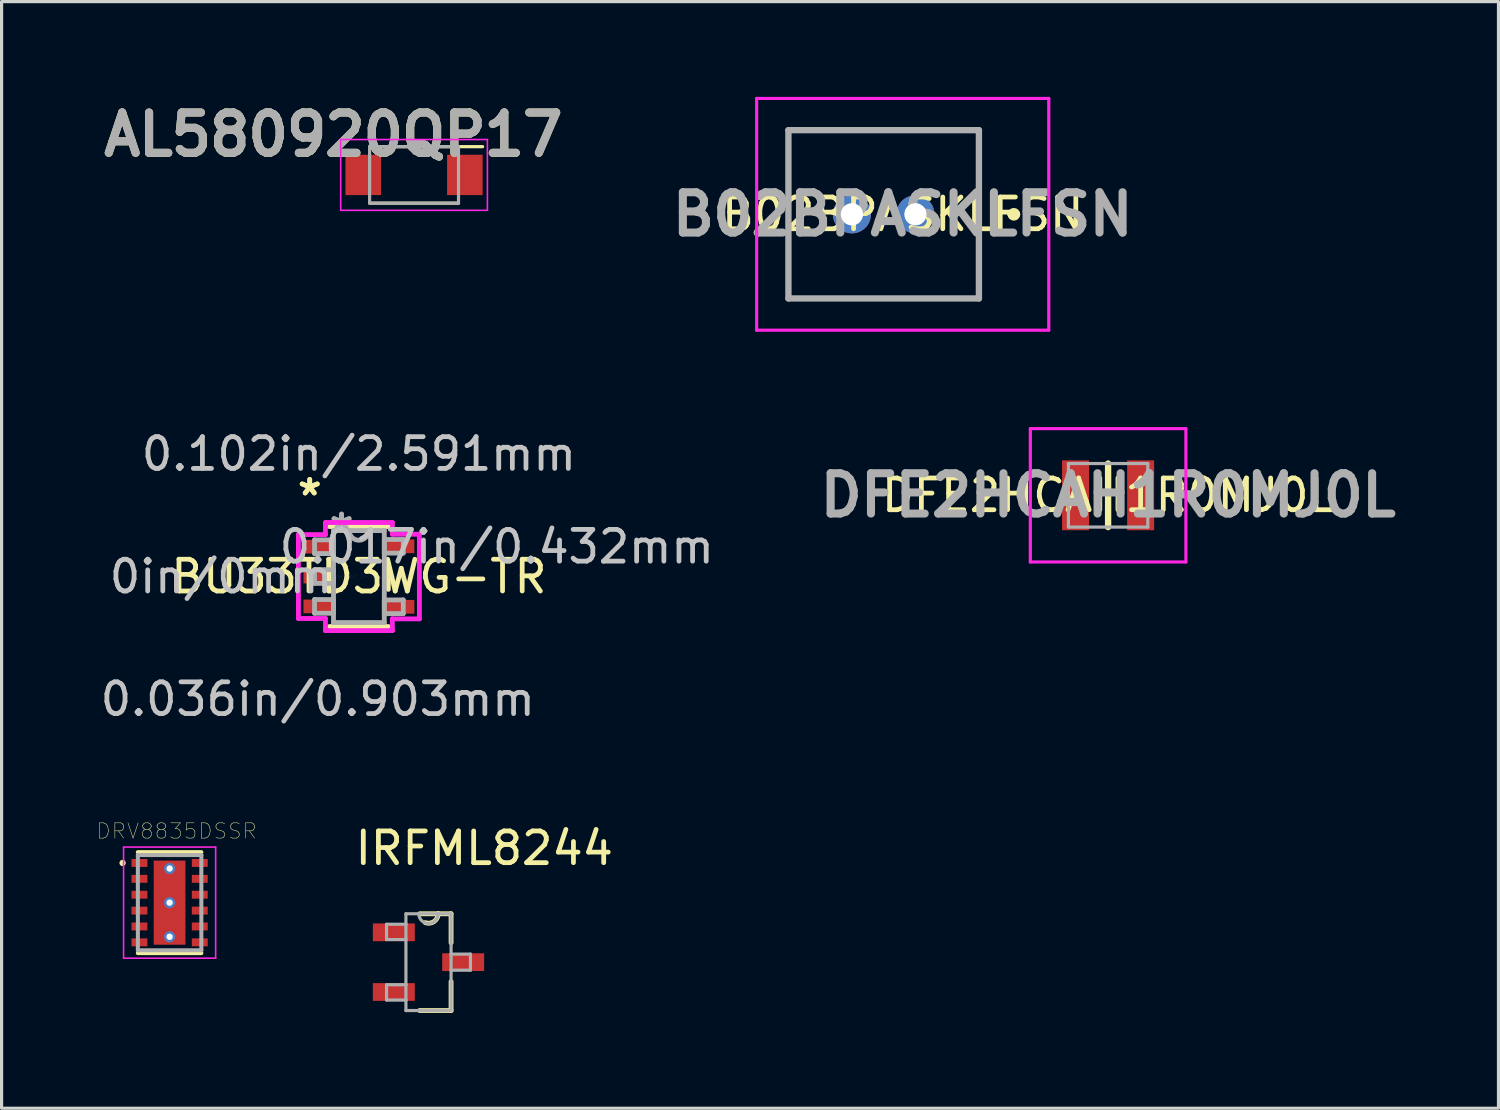
<source format=kicad_pcb>
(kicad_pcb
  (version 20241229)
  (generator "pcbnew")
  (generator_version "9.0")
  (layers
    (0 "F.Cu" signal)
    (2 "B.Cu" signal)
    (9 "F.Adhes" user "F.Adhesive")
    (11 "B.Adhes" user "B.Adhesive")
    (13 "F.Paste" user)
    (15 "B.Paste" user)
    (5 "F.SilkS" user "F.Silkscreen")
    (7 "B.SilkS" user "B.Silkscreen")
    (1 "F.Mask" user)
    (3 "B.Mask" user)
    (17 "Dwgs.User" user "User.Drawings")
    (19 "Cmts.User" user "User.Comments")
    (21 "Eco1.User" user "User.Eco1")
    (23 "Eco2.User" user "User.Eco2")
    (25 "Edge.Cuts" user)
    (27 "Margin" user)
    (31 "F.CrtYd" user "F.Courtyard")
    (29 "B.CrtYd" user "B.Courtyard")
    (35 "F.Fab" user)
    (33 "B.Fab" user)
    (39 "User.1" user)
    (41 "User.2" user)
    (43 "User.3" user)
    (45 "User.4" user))
  (footprint "BU33TD3WG-TR"
    (layer "F.Cu")
    (at 8.254 15.109)
    (property "Reference" "BU33TD3WG-TR" (at 0 0 0) (layer "F.SilkS") (effects (font (size 1 1) (thickness 0.15))))
    (attr through_hole)
    (fp_line (start -0.927 1.575) (end 0.927 1.575) (stroke (width 0.152) (type solid)) (layer "F.SilkS"))
    (fp_line (start 0.927 -1.575) (end -0.927 -1.575) (stroke (width 0.152) (type solid)) (layer "F.SilkS"))
    (fp_line (start 0.927 0.404) (end 0.927 -0.404) (stroke (width 0.152) (type solid)) (layer "F.SilkS"))
    (fp_line (start -1.905 -1.321) (end -1.054 -1.321) (stroke (width 0.152) (type solid)) (layer "F.CrtYd"))
    (fp_line (start -1.905 1.321) (end -1.905 -1.321) (stroke (width 0.152) (type solid)) (layer "F.CrtYd"))
    (fp_line (start -1.054 -1.702) (end 1.054 -1.702) (stroke (width 0.152) (type solid)) (layer "F.CrtYd"))
    (fp_line (start -1.054 -1.321) (end -1.054 -1.702) (stroke (width 0.152) (type solid)) (layer "F.CrtYd"))
    (fp_line (start -1.054 1.321) (end -1.905 1.321) (stroke (width 0.152) (type solid)) (layer "F.CrtYd"))
    (fp_line (start -1.054 1.702) (end -1.054 1.321) (stroke (width 0.152) (type solid)) (layer "F.CrtYd"))
    (fp_line (start 1.054 -1.702) (end 1.054 -1.333) (stroke (width 0.152) (type solid)) (layer "F.CrtYd"))
    (fp_line (start 1.054 -1.333) (end 1.905 -1.333) (stroke (width 0.152) (type solid)) (layer "F.CrtYd"))
    (fp_line (start 1.054 1.333) (end 1.054 1.702) (stroke (width 0.152) (type solid)) (layer "F.CrtYd"))
    (fp_line (start 1.054 1.702) (end -1.054 1.702) (stroke (width 0.152) (type solid)) (layer "F.CrtYd"))
    (fp_line (start 1.905 -1.333) (end 1.905 1.333) (stroke (width 0.152) (type solid)) (layer "F.CrtYd"))
    (fp_line (start 1.905 1.333) (end 1.054 1.333) (stroke (width 0.152) (type solid)) (layer "F.CrtYd"))
    (fp_line (start -1.397 -1.156) (end -1.397 -0.724) (stroke (width 0.152) (type solid)) (layer "F.Fab"))
    (fp_line (start -1.397 -0.724) (end -0.8 -0.724) (stroke (width 0.152) (type solid)) (layer "F.Fab"))
    (fp_line (start -1.397 -0.216) (end -1.397 0.216) (stroke (width 0.152) (type solid)) (layer "F.Fab"))
    (fp_line (start -1.397 0.216) (end -0.8 0.216) (stroke (width 0.152) (type solid)) (layer "F.Fab"))
    (fp_line (start -1.397 0.724) (end -1.397 1.156) (stroke (width 0.152) (type solid)) (layer "F.Fab"))
    (fp_line (start -1.397 1.156) (end -0.8 1.156) (stroke (width 0.152) (type solid)) (layer "F.Fab"))
    (fp_line (start -0.8 -1.448) (end -0.8 1.448) (stroke (width 0.152) (type solid)) (layer "F.Fab"))
    (fp_line (start -0.8 -1.156) (end -1.397 -1.156) (stroke (width 0.152) (type solid)) (layer "F.Fab"))
    (fp_line (start -0.8 -0.724) (end -0.8 -1.156) (stroke (width 0.152) (type solid)) (layer "F.Fab"))
    (fp_line (start -0.8 -0.216) (end -1.397 -0.216) (stroke (width 0.152) (type solid)) (layer "F.Fab"))
    (fp_line (start -0.8 0.216) (end -0.8 -0.216) (stroke (width 0.152) (type solid)) (layer "F.Fab"))
    (fp_line (start -0.8 0.724) (end -1.397 0.724) (stroke (width 0.152) (type solid)) (layer "F.Fab"))
    (fp_line (start -0.8 1.156) (end -0.8 0.724) (stroke (width 0.152) (type solid)) (layer "F.Fab"))
    (fp_line (start -0.8 1.448) (end 0.8 1.448) (stroke (width 0.152) (type solid)) (layer "F.Fab"))
    (fp_line (start 0.8 -1.448) (end -0.8 -1.448) (stroke (width 0.152) (type solid)) (layer "F.Fab"))
    (fp_line (start 0.8 -1.168) (end 0.8 -0.737) (stroke (width 0.152) (type solid)) (layer "F.Fab"))
    (fp_line (start 0.8 -0.737) (end 1.397 -0.737) (stroke (width 0.152) (type solid)) (layer "F.Fab"))
    (fp_line (start 0.8 0.737) (end 0.8 1.168) (stroke (width 0.152) (type solid)) (layer "F.Fab"))
    (fp_line (start 0.8 1.168) (end 1.397 1.168) (stroke (width 0.152) (type solid)) (layer "F.Fab"))
    (fp_line (start 0.8 1.448) (end 0.8 -1.448) (stroke (width 0.152) (type solid)) (layer "F.Fab"))
    (fp_line (start 1.397 -1.168) (end 0.8 -1.168) (stroke (width 0.152) (type solid)) (layer "F.Fab"))
    (fp_line (start 1.397 -0.737) (end 1.397 -1.168) (stroke (width 0.152) (type solid)) (layer "F.Fab"))
    (fp_line (start 1.397 0.737) (end 0.8 0.737) (stroke (width 0.152) (type solid)) (layer "F.Fab"))
    (fp_line (start 1.397 1.168) (end 1.397 0.737) (stroke (width 0.152) (type solid)) (layer "F.Fab"))
    (fp_arc (start 0.3048 -1.4478) (mid 0 -1.143) (end -0.3048 -1.4478) (stroke (width 0.1524) (type solid)) (layer "F.Fab"))
    (fp_text user "*" (at -1.549 -2.515 0) (layer "F.SilkS") (effects (font (size 1 1) (thickness 0.15))))
    (fp_text user "*" (at -1.549 -2.515 0) (layer "F.SilkS") (effects (font (size 1 1) (thickness 0.15))))
    (fp_text user "0.102in/2.591mm" (at 0 -3.861 0) (layer "Dwgs.User") (effects (font (size 1 1) (thickness 0.15))))
    (fp_text user "0in/0mm" (at -4.343 0 0) (layer "Dwgs.User") (effects (font (size 1 1) (thickness 0.15))))
    (fp_text user "0.017in/0.432mm" (at 4.343 -0.94 0) (layer "Dwgs.User") (effects (font (size 1 1) (thickness 0.15))))
    (fp_text user "0.036in/0.903mm" (at -1.295 3.861 0) (layer "Dwgs.User") (effects (font (size 1 1) (thickness 0.15))))
    (fp_text user "Copyright 2016 Accelerated Designs. All rights reserved." (at 0 0 0) (layer "Cmts.User") (effects (font (size 0.127 0.127) (thickness 0.002))))
    (fp_text user "*" (at -0.546 -1.422 0) (layer "F.Fab") (effects (font (size 1 1) (thickness 0.15))))
    (fp_text user "*" (at -0.546 -1.422 0) (layer "F.Fab") (effects (font (size 1 1) (thickness 0.15))))
    (pad "1" smd rect (at -1.295 -0.94) (size 0.903 0.432) (layers "F.Cu" "F.Mask" "F.Paste"))
    (pad "2" smd rect (at -1.295 0) (size 0.903 0.432) (layers "F.Cu" "F.Mask" "F.Paste"))
    (pad "3" smd rect (at -1.295 0.94) (size 0.903 0.432) (layers "F.Cu" "F.Mask" "F.Paste"))
    (pad "4" smd rect (at 1.295 0.953) (size 0.903 0.432) (layers "F.Cu" "F.Mask" "F.Paste"))
    (pad "5" smd rect (at 1.295 -0.953) (size 0.903 0.432) (layers "F.Cu" "F.Mask" "F.Paste")))
  (footprint "B02BPASKLFSN"
    (layer "F.Cu")
    (at 25.782 3.7)
    (property "Reference" "B02BPASKLFSN" (at -0.4 0 0) (layer "F.SilkS") (effects (font (size 1 1) (thickness 0.15))))
    (attr through_hole)
    (fp_line (start -4 -2.65) (end 2 -2.65) (stroke (width 0.1) (type solid)) (layer "F.SilkS"))
    (fp_line (start -4 2.65) (end -4 -2.65) (stroke (width 0.1) (type solid)) (layer "F.SilkS"))
    (fp_line (start 2 -2.65) (end 2 2.65) (stroke (width 0.1) (type solid)) (layer "F.SilkS"))
    (fp_line (start 2 2.65) (end -4 2.65) (stroke (width 0.1) (type solid)) (layer "F.SilkS"))
    (fp_line (start 3 0) (end 3 0) (stroke (width 0.2) (type solid)) (layer "F.SilkS"))
    (fp_line (start 3.2 0) (end 3.2 0) (stroke (width 0.2) (type solid)) (layer "F.SilkS"))
    (fp_arc (start 3 0) (mid 3.1 -0.1) (end 3.2 0) (stroke (width 0.2) (type solid)) (layer "F.SilkS"))
    (fp_arc (start 3.2 0) (mid 3.1 0.1) (end 3 0) (stroke (width 0.2) (type solid)) (layer "F.SilkS"))
    (fp_line (start -5 -3.65) (end 4.2 -3.65) (stroke (width 0.1) (type solid)) (layer "F.CrtYd"))
    (fp_line (start -5 3.65) (end -5 -3.65) (stroke (width 0.1) (type solid)) (layer "F.CrtYd"))
    (fp_line (start 4.2 -3.65) (end 4.2 3.65) (stroke (width 0.1) (type solid)) (layer "F.CrtYd"))
    (fp_line (start 4.2 3.65) (end -5 3.65) (stroke (width 0.1) (type solid)) (layer "F.CrtYd"))
    (fp_line (start -4 -2.65) (end 2 -2.65) (stroke (width 0.2) (type solid)) (layer "F.Fab"))
    (fp_line (start -4 2.65) (end -4 -2.65) (stroke (width 0.2) (type solid)) (layer "F.Fab"))
    (fp_line (start 2 -2.65) (end 2 2.65) (stroke (width 0.2) (type solid)) (layer "F.Fab"))
    (fp_line (start 2 2.65) (end -4 2.65) (stroke (width 0.2) (type solid)) (layer "F.Fab"))
    (fp_text user "${REFERENCE}" (at -0.4 0 0) (layer "F.Fab") (effects (font (size 1.27 1.27) (thickness 0.254))))
    (pad "1" thru_hole circle (at 0 0) (size 1.2 1.2) (drill 0.7) (layers "*.Cu" "*.Mask"))
    (pad "2" thru_hole circle (at -2 0) (size 1.2 1.2) (drill 0.7) (layers "*.Cu" "*.Mask")))
  (footprint "IRFML8244"
    (layer "F.Cu")
    (at 10.446 27.254)
    (property "Reference" "IRFML8244" (at 1.756 -3.588 0) (layer "F.SilkS") (effects (font (size 1 1) (thickness 0.15))))
    (attr through_hole)
    (fp_line (start -0.279 1.524) (end 0.711 1.524) (stroke (width 0.152) (type solid)) (layer "F.SilkS"))
    (fp_line (start 0.305 -1.524) (end -0.279 -1.524) (stroke (width 0.152) (type solid)) (layer "F.SilkS"))
    (fp_line (start 0.711 -1.524) (end 0.305 -1.524) (stroke (width 0.152) (type solid)) (layer "F.SilkS"))
    (fp_line (start 0.711 -0.61) (end 0.711 -1.524) (stroke (width 0.152) (type solid)) (layer "F.SilkS"))
    (fp_line (start 0.711 1.524) (end 0.711 0.61) (stroke (width 0.152) (type solid)) (layer "F.SilkS"))
    (fp_arc (start 0.3048 -1.524) (mid 0.174323 -1.278521) (end -0.1016 -1.2446) (stroke (width 0.1524) (type solid)) (layer "F.SilkS"))
    (fp_line (start -1.321 -1.194) (end -1.321 -0.711) (stroke (width 0.1) (type solid)) (layer "F.Fab"))
    (fp_line (start -1.321 -0.711) (end -0.711 -0.711) (stroke (width 0.1) (type solid)) (layer "F.Fab"))
    (fp_line (start -1.321 0.711) (end -1.321 1.194) (stroke (width 0.1) (type solid)) (layer "F.Fab"))
    (fp_line (start -1.321 1.194) (end -0.711 1.194) (stroke (width 0.1) (type solid)) (layer "F.Fab"))
    (fp_line (start -0.711 -1.524) (end -0.711 -1.194) (stroke (width 0.1) (type solid)) (layer "F.Fab"))
    (fp_line (start -0.711 -1.194) (end -1.321 -1.194) (stroke (width 0.1) (type solid)) (layer "F.Fab"))
    (fp_line (start -0.711 -1.194) (end -0.711 -0.711) (stroke (width 0.1) (type solid)) (layer "F.Fab"))
    (fp_line (start -0.711 -0.711) (end -0.711 0.711) (stroke (width 0.1) (type solid)) (layer "F.Fab"))
    (fp_line (start -0.711 0.711) (end -1.321 0.711) (stroke (width 0.1) (type solid)) (layer "F.Fab"))
    (fp_line (start -0.711 1.194) (end -0.711 0.711) (stroke (width 0.1) (type solid)) (layer "F.Fab"))
    (fp_line (start -0.711 1.524) (end -0.711 1.194) (stroke (width 0.1) (type solid)) (layer "F.Fab"))
    (fp_line (start -0.711 1.524) (end 0.711 1.524) (stroke (width 0.1) (type solid)) (layer "F.Fab"))
    (fp_line (start -0.305 -1.524) (end -0.711 -1.524) (stroke (width 0.1) (type solid)) (layer "F.Fab"))
    (fp_line (start 0.305 -1.524) (end -0.305 -1.524) (stroke (width 0.1) (type solid)) (layer "F.Fab"))
    (fp_line (start 0.711 -1.524) (end 0.305 -1.524) (stroke (width 0.1) (type solid)) (layer "F.Fab"))
    (fp_line (start 0.711 -0.254) (end 0.711 -1.524) (stroke (width 0.1) (type solid)) (layer "F.Fab"))
    (fp_line (start 0.711 0.254) (end 0.711 -0.254) (stroke (width 0.1) (type solid)) (layer "F.Fab"))
    (fp_line (start 0.711 0.254) (end 1.321 0.254) (stroke (width 0.1) (type solid)) (layer "F.Fab"))
    (fp_line (start 0.711 1.524) (end 0.711 0.254) (stroke (width 0.1) (type solid)) (layer "F.Fab"))
    (fp_line (start 1.321 -0.254) (end 0.711 -0.254) (stroke (width 0.1) (type solid)) (layer "F.Fab"))
    (fp_line (start 1.321 0.254) (end 1.321 -0.254) (stroke (width 0.1) (type solid)) (layer "F.Fab"))
    (fp_arc (start 0.3048 -1.524) (mid 0 -1.2192) (end -0.3048 -1.524) (stroke (width 0.1) (type solid)) (layer "F.Fab"))
    (pad "1" smd rect (at -1.092 -0.94) (size 1.321 0.559) (layers "F.Cu" "F.Mask" "F.Paste"))
    (pad "2" smd rect (at -1.092 0.94) (size 1.321 0.559) (layers "F.Cu" "F.Mask" "F.Paste"))
    (pad "3" smd rect (at 1.092 0) (size 1.321 0.559) (layers "F.Cu" "F.Mask" "F.Paste")))
  (footprint "DRV8835DSSR"
    (layer "F.Cu")
    (at 2.292 25.38)
    (property "Reference" "DRV8835DSSR" (at 0.223 -2.255 0) (layer "F.SilkS") (effects (font (size 0.481 0.481) (thickness 0.015))))
    (attr through_hole)
    (fp_line (start -1 -1.59) (end 1 -1.59) (stroke (width 0.127) (type solid)) (layer "F.SilkS"))
    (fp_line (start -1 1.59) (end 1 1.59) (stroke (width 0.127) (type solid)) (layer "F.SilkS"))
    (fp_circle (center -1.481 -1.25) (end -1.431 -1.25) (stroke (width 0.1) (type solid)) (fill no) (layer "F.SilkS"))
    (fp_poly (pts (xy -0.475 0.1) (xy 0.475 0.1) (xy 0.475 1.271) (xy -0.475 1.271)) (stroke (width 0.01) (type solid)) (fill yes) (layer "F.Paste"))
    (fp_poly (pts (xy -0.475 -1.27) (xy 0.475 -1.27) (xy 0.475 -0.1) (xy -0.475 -0.1)) (stroke (width 0.01) (type solid)) (fill yes) (layer "F.Paste"))
    (fp_line (start -1.45 -1.75) (end -1.45 1.75) (stroke (width 0.05) (type solid)) (layer "F.CrtYd"))
    (fp_line (start -1.45 -1.75) (end 1.45 -1.75) (stroke (width 0.05) (type solid)) (layer "F.CrtYd"))
    (fp_line (start -1.45 1.75) (end 1.45 1.75) (stroke (width 0.05) (type solid)) (layer "F.CrtYd"))
    (fp_line (start 1.45 -1.75) (end 1.45 1.75) (stroke (width 0.05) (type solid)) (layer "F.CrtYd"))
    (fp_line (start -1 -1.5) (end -1 1.5) (stroke (width 0.127) (type solid)) (layer "F.Fab"))
    (fp_line (start -1 -1.5) (end 1 -1.5) (stroke (width 0.127) (type solid)) (layer "F.Fab"))
    (fp_line (start -1 1.5) (end 1 1.5) (stroke (width 0.127) (type solid)) (layer "F.Fab"))
    (fp_line (start 1 -1.5) (end 1 1.5) (stroke (width 0.127) (type solid)) (layer "F.Fab"))
    (pad "1" smd rect (at -0.95 -1.25) (size 0.5 0.25) (layers "F.Cu" "F.Mask" "F.Paste"))
    (pad "2" smd rect (at -0.95 -0.75) (size 0.5 0.25) (layers "F.Cu" "F.Mask" "F.Paste"))
    (pad "3" smd rect (at -0.95 -0.25) (size 0.5 0.25) (layers "F.Cu" "F.Mask" "F.Paste"))
    (pad "4" smd rect (at -0.95 0.25) (size 0.5 0.25) (layers "F.Cu" "F.Mask" "F.Paste"))
    (pad "5" smd rect (at -0.95 0.75) (size 0.5 0.25) (layers "F.Cu" "F.Mask" "F.Paste"))
    (pad "6" smd rect (at -0.95 1.25) (size 0.5 0.25) (layers "F.Cu" "F.Mask" "F.Paste"))
    (pad "7" smd rect (at 0.95 1.25) (size 0.5 0.25) (layers "F.Cu" "F.Mask" "F.Paste"))
    (pad "8" smd rect (at 0.95 0.75) (size 0.5 0.25) (layers "F.Cu" "F.Mask" "F.Paste"))
    (pad "9" smd rect (at 0.95 0.25) (size 0.5 0.25) (layers "F.Cu" "F.Mask" "F.Paste"))
    (pad "10" smd rect (at 0.95 -0.25) (size 0.5 0.25) (layers "F.Cu" "F.Mask" "F.Paste"))
    (pad "11" smd rect (at 0.95 -0.75) (size 0.5 0.25) (layers "F.Cu" "F.Mask" "F.Paste"))
    (pad "12" smd rect (at 0.95 -1.25) (size 0.5 0.25) (layers "F.Cu" "F.Mask" "F.Paste"))
    (pad "13" smd rect (at 0 0) (size 1 2.65) (layers "F.Cu" "F.Mask"))
    (pad "13.1" thru_hole circle (at 0 -1.075) (size 0.35 0.35) (drill 0.2) (layers "*.Cu" "*.Mask"))
    (pad "13.2" thru_hole circle (at 0 0) (size 0.35 0.35) (drill 0.2) (layers "*.Cu" "*.Mask"))
    (pad "13.3" thru_hole circle (at 0 1.075) (size 0.35 0.35) (drill 0.2) (layers "*.Cu" "*.Mask")))
  (footprint "AL580920QP17"
    (layer "F.Cu")
    (at 9.991 2.459)
    (property "Reference" "AL580920QP17" (at -2.54 -1.27 0) (layer "F.SilkS") (effects (font (size 1.27 1.27) (thickness 0.254))))
    (attr smd)
    (fp_line (start -1.4 0.89) (end 1.4 0.89) (stroke (width 0.1) (type solid)) (layer "F.SilkS"))
    (fp_line (start 2.16 -0.89) (end -1.4 -0.89) (stroke (width 0.1) (type solid)) (layer "F.SilkS"))
    (fp_line (start -2.31 -1.115) (end 2.31 -1.115) (stroke (width 0.05) (type solid)) (layer "F.CrtYd"))
    (fp_line (start -2.31 1.115) (end -2.31 -1.115) (stroke (width 0.05) (type solid)) (layer "F.CrtYd"))
    (fp_line (start 2.31 -1.115) (end 2.31 1.115) (stroke (width 0.05) (type solid)) (layer "F.CrtYd"))
    (fp_line (start 2.31 1.115) (end -2.31 1.115) (stroke (width 0.05) (type solid)) (layer "F.CrtYd"))
    (fp_line (start -1.4 -0.89) (end 1.4 -0.89) (stroke (width 0.1) (type solid)) (layer "F.Fab"))
    (fp_line (start -1.4 0.89) (end -1.4 -0.89) (stroke (width 0.1) (type solid)) (layer "F.Fab"))
    (fp_line (start 1.4 -0.89) (end 1.4 0.89) (stroke (width 0.1) (type solid)) (layer "F.Fab"))
    (fp_line (start 1.4 0.89) (end -1.4 0.89) (stroke (width 0.1) (type solid)) (layer "F.Fab"))
    (fp_text user "${REFERENCE}" (at -2.54 -1.27 0) (layer "F.Fab") (effects (font (size 1.27 1.27) (thickness 0.254))))
    (pad "1" smd rect (at 1.6 0) (size 1.12 1.27) (layers "F.Cu" "F.Mask" "F.Paste"))
    (pad "2" smd rect (at -1.6 0) (size 1.12 1.27) (layers "F.Cu" "F.Mask" "F.Paste")))
  (footprint "DFE2HCAH1R0MJ0L"
    (layer "F.Cu")
    (at 31.851 12.55)
    (property "Reference" "DFE2HCAH1R0MJ0L" (at 0 0 0) (layer "F.SilkS") (effects (font (size 1 1) (thickness 0.15))))
    (attr smd)
    (fp_line (start 0 -1) (end 0 1) (stroke (width 0.2) (type solid)) (layer "F.SilkS"))
    (fp_line (start -2.45 -2.1) (end 2.45 -2.1) (stroke (width 0.1) (type solid)) (layer "F.CrtYd"))
    (fp_line (start -2.45 2.1) (end -2.45 -2.1) (stroke (width 0.1) (type solid)) (layer "F.CrtYd"))
    (fp_line (start 2.45 -2.1) (end 2.45 2.1) (stroke (width 0.1) (type solid)) (layer "F.CrtYd"))
    (fp_line (start 2.45 2.1) (end -2.45 2.1) (stroke (width 0.1) (type solid)) (layer "F.CrtYd"))
    (fp_line (start -1.25 -1) (end 1.25 -1) (stroke (width 0.1) (type solid)) (layer "F.Fab"))
    (fp_line (start -1.25 1) (end -1.25 -1) (stroke (width 0.1) (type solid)) (layer "F.Fab"))
    (fp_line (start 1.25 -1) (end 1.25 1) (stroke (width 0.1) (type solid)) (layer "F.Fab"))
    (fp_line (start 1.25 1) (end -1.25 1) (stroke (width 0.1) (type solid)) (layer "F.Fab"))
    (fp_text user "${REFERENCE}" (at 0 0 0) (layer "F.Fab") (effects (font (size 1.27 1.27) (thickness 0.254))))
    (pad "1" smd rect (at -1.025 0) (size 0.85 2.2) (layers "F.Cu" "F.Mask" "F.Paste"))
    (pad "2" smd rect (at 1.025 0) (size 0.85 2.2) (layers "F.Cu" "F.Mask" "F.Paste")))
  (gr_rect
    (start -3 -3)
    (end 44.146 31.855)
    (stroke (width 0.1) (type default))
    (fill no)
    (layer "Edge.Cuts")))
</source>
